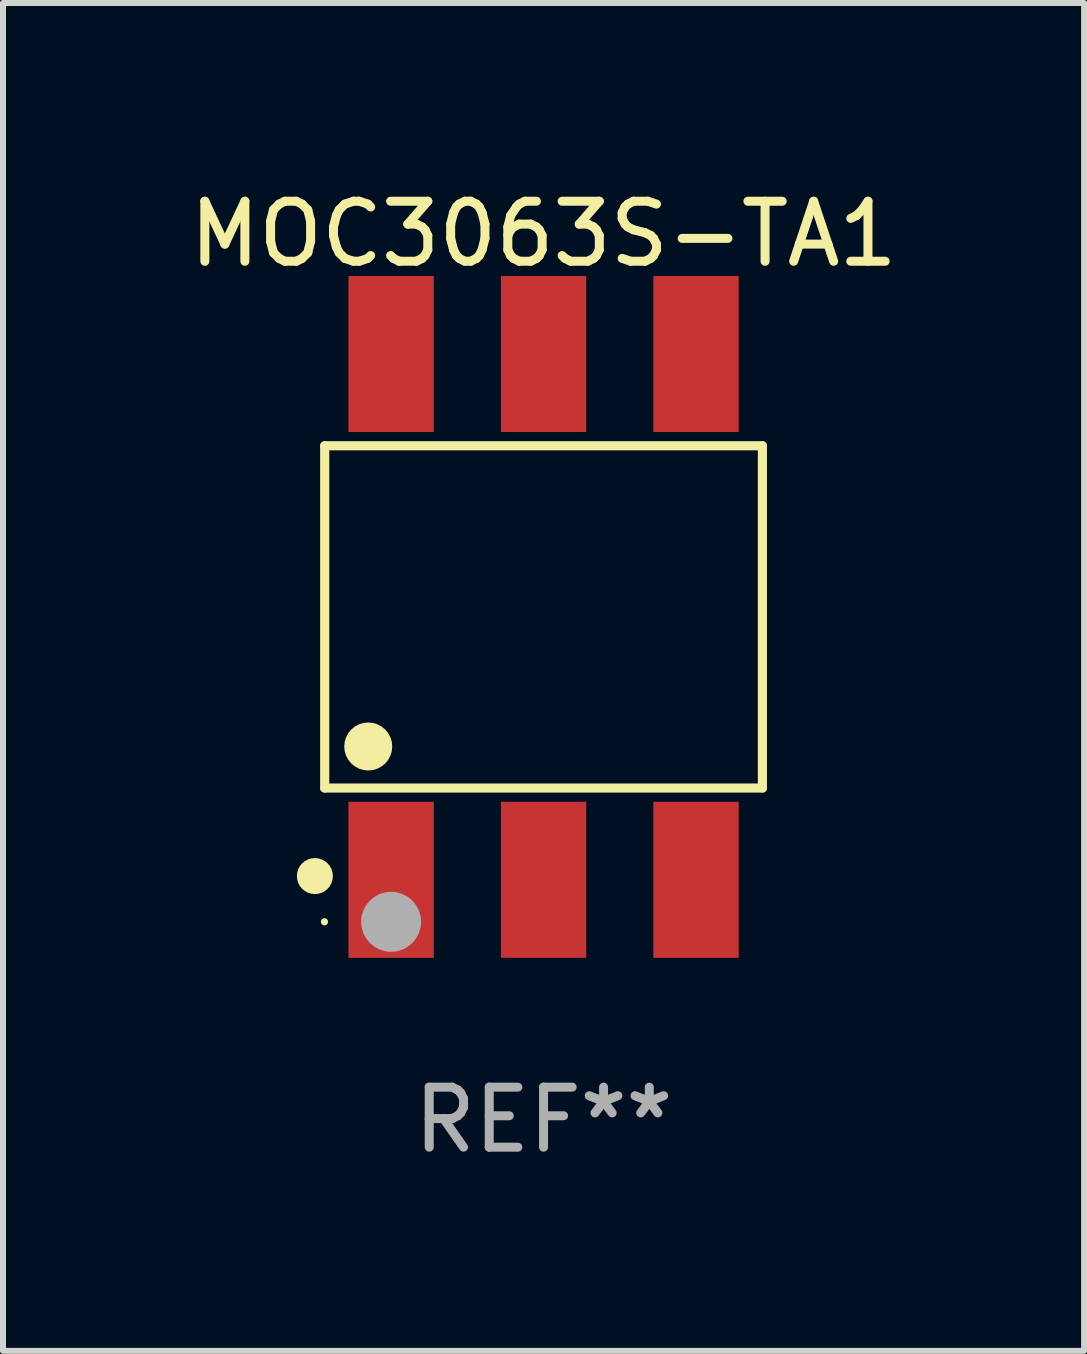
<source format=kicad_pcb>
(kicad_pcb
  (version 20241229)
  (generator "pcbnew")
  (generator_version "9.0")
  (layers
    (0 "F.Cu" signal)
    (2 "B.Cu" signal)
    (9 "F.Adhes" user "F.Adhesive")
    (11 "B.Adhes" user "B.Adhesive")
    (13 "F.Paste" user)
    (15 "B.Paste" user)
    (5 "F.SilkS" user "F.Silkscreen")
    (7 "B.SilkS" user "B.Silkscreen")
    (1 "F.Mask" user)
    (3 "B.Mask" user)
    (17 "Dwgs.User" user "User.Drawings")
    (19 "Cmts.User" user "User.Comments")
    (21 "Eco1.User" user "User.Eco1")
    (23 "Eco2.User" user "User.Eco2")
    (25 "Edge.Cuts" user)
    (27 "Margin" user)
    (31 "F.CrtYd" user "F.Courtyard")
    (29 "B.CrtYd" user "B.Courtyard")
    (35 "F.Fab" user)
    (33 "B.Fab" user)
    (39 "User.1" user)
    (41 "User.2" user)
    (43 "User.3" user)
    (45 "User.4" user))
  (footprint "MOC3063S-TA1"
    (layer "F.Cu")
    (at 6.006 7.228)
    (property "Reference" "MOC3063S-TA1" (at 0 -6.38 0) (layer "F.SilkS") (effects (font (size 1 1) (thickness 0.15))))
    (attr through_hole)
    (fp_line (start -3.646 -2.851) (end 3.646 -2.851) (stroke (width 0.152) (type solid)) (layer "F.SilkS"))
    (fp_line (start -3.646 2.851) (end -3.646 -2.851) (stroke (width 0.152) (type solid)) (layer "F.SilkS"))
    (fp_line (start 3.646 -2.851) (end 3.646 2.851) (stroke (width 0.152) (type solid)) (layer "F.SilkS"))
    (fp_line (start 3.646 2.851) (end -3.646 2.851) (stroke (width 0.152) (type solid)) (layer "F.SilkS"))
    (fp_circle (center -3.81 4.318) (end -3.66 4.318) (stroke (width 0.3) (type solid)) (fill no) (layer "F.SilkS"))
    (fp_circle (center -3.65 5.08) (end -3.62 5.08) (stroke (width 0.06) (type solid)) (fill no) (layer "F.SilkS"))
    (fp_circle (center -2.921 2.159) (end -2.721 2.159) (stroke (width 0.4) (type solid)) (fill no) (layer "F.SilkS"))
    (fp_circle (center -2.54 5.08) (end -2.29 5.08) (stroke (width 0.5) (type solid)) (fill no) (layer "F.Fab"))
    (fp_text user "REF**" (at 0 8.38 0) (layer "F.Fab") (effects (font (size 1 1) (thickness 0.15))))
    (pad "1" smd rect (at -2.54 4.38) (size 1.422 2.6) (layers "F.Cu" "F.Mask" "F.Paste"))
    (pad "2" smd rect (at 0 4.38) (size 1.422 2.6) (layers "F.Cu" "F.Mask" "F.Paste"))
    (pad "3" smd rect (at 2.54 4.38) (size 1.422 2.6) (layers "F.Cu" "F.Mask" "F.Paste"))
    (pad "4" smd rect (at 2.54 -4.38) (size 1.422 2.6) (layers "F.Cu" "F.Mask" "F.Paste"))
    (pad "5" smd rect (at 0 -4.38) (size 1.422 2.6) (layers "F.Cu" "F.Mask" "F.Paste"))
    (pad "6" smd rect (at -2.54 -4.38) (size 1.422 2.6) (layers "F.Cu" "F.Mask" "F.Paste")))
  (gr_rect
    (start -3 -3)
    (end 15.012 19.456)
    (stroke (width 0.1) (type default))
    (fill no)
    (layer "Edge.Cuts")))
</source>
